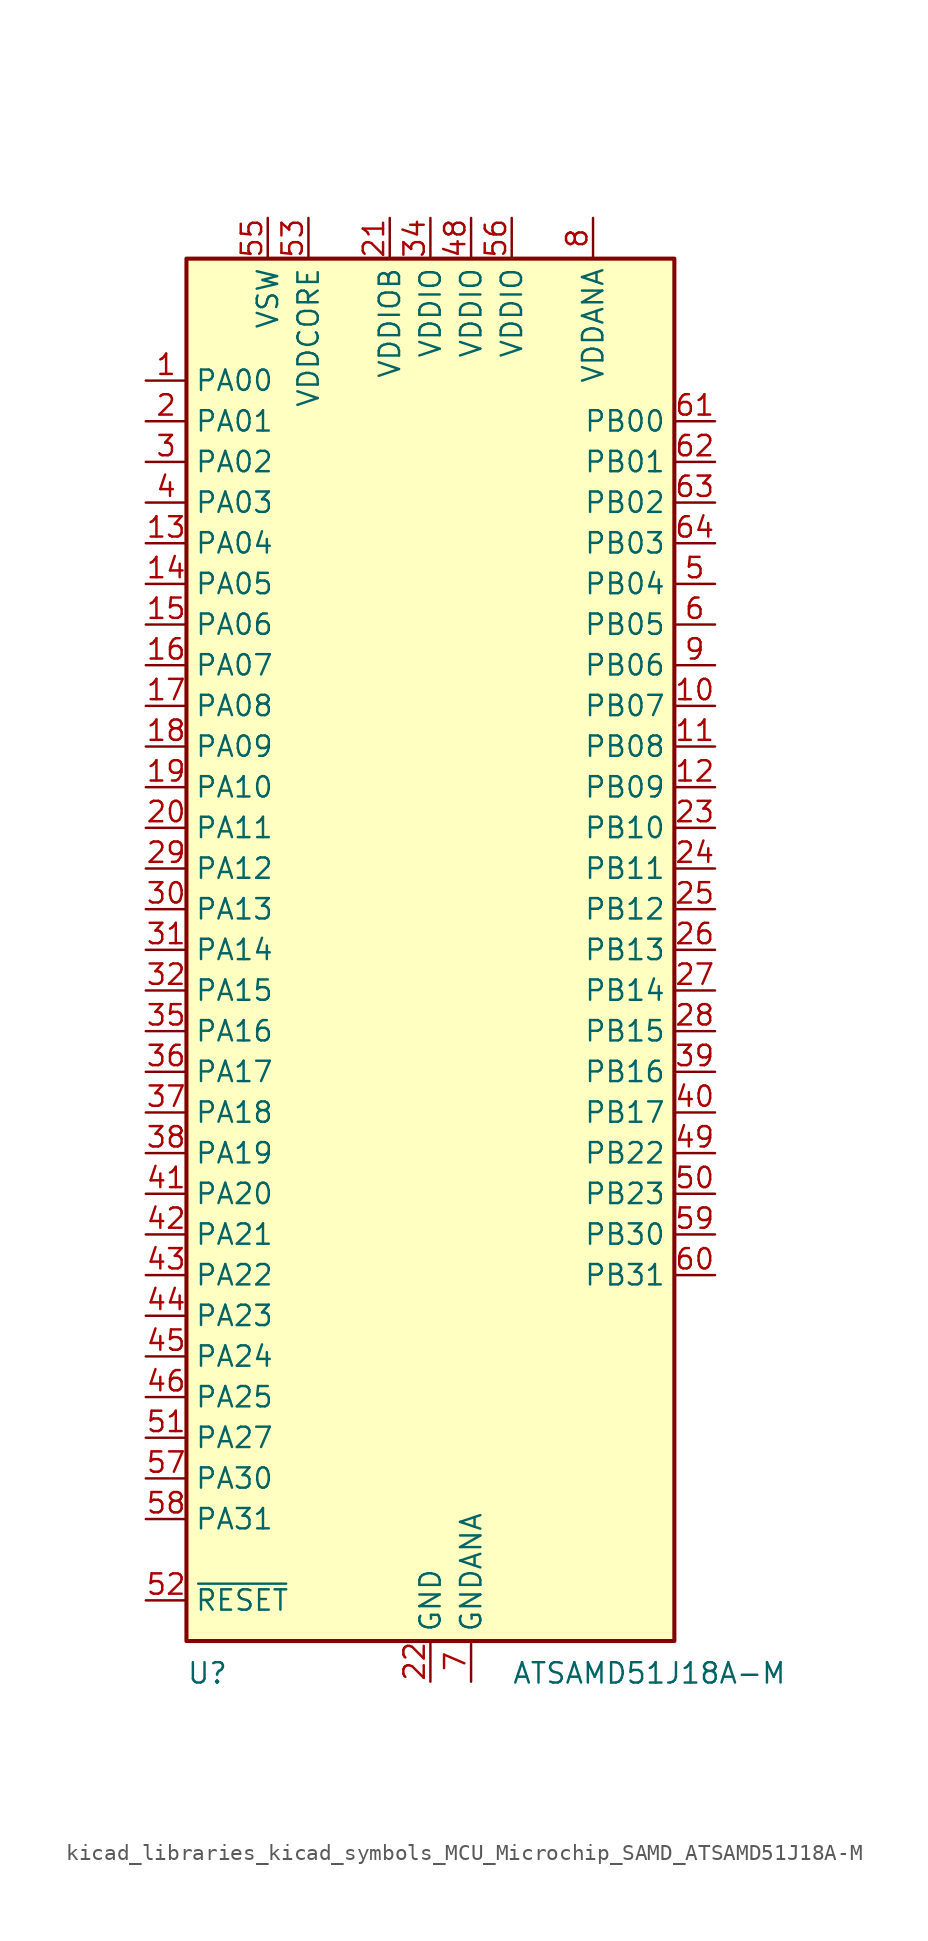
<source format=kicad_sym>
(kicad_symbol_lib
  (version 20220914)
  (generator kicad_symbol_editor)
  (symbol "kicad_libraries_kicad_symbols_MCU_Microchip_SAMD_ATSAMD51J18A-M"
    (property "Reference" "U"
      (at -15.24 -44.45 0)
      (effects (font (size 1.27 1.27)) (justify left top)))
    (property "Value" "ATSAMD51J18A-M"
      (at 5.08 -44.45 0)
      (effects (font (size 1.27 1.27)) (justify left top)))
    (symbol "kicad_libraries_kicad_symbols_MCU_Microchip_SAMD_ATSAMD51J18A-M_0_1"
      (rectangle (start -15.24 43.18) (end 15.24 -43.18) (stroke (width 0.254) (type default)) (fill (type background))))
    (symbol "kicad_libraries_kicad_symbols_MCU_Microchip_SAMD_ATSAMD51J18A-M_1_0"
      (pin bidirectional line (at 17.78 25.4 180) (length 2.54) (name "PB03" (effects (font (size 1.27 1.27)))) (number "64" (effects (font (size 1.27 1.27))))))
    (symbol "kicad_libraries_kicad_symbols_MCU_Microchip_SAMD_ATSAMD51J18A-M_1_1"
      (pin bidirectional line (at -17.78 35.56 0) (length 2.54) (name "PA00" (effects (font (size 1.27 1.27)))) (number "1" (effects (font (size 1.27 1.27)))))
      (pin bidirectional line (at 17.78 15.24 180) (length 2.54) (name "PB07" (effects (font (size 1.27 1.27)))) (number "10" (effects (font (size 1.27 1.27)))))
      (pin bidirectional line (at 17.78 12.7 180) (length 2.54) (name "PB08" (effects (font (size 1.27 1.27)))) (number "11" (effects (font (size 1.27 1.27)))))
      (pin bidirectional line (at 17.78 10.16 180) (length 2.54) (name "PB09" (effects (font (size 1.27 1.27)))) (number "12" (effects (font (size 1.27 1.27)))))
      (pin bidirectional line (at -17.78 25.4 0) (length 2.54) (name "PA04" (effects (font (size 1.27 1.27)))) (number "13" (effects (font (size 1.27 1.27)))))
      (pin bidirectional line (at -17.78 22.86 0) (length 2.54) (name "PA05" (effects (font (size 1.27 1.27)))) (number "14" (effects (font (size 1.27 1.27)))))
      (pin bidirectional line (at -17.78 20.32 0) (length 2.54) (name "PA06" (effects (font (size 1.27 1.27)))) (number "15" (effects (font (size 1.27 1.27)))))
      (pin bidirectional line (at -17.78 17.78 0) (length 2.54) (name "PA07" (effects (font (size 1.27 1.27)))) (number "16" (effects (font (size 1.27 1.27)))))
      (pin bidirectional line (at -17.78 15.24 0) (length 2.54) (name "PA08" (effects (font (size 1.27 1.27)))) (number "17" (effects (font (size 1.27 1.27)))))
      (pin bidirectional line (at -17.78 12.7 0) (length 2.54) (name "PA09" (effects (font (size 1.27 1.27)))) (number "18" (effects (font (size 1.27 1.27)))))
      (pin bidirectional line (at -17.78 10.16 0) (length 2.54) (name "PA10" (effects (font (size 1.27 1.27)))) (number "19" (effects (font (size 1.27 1.27)))))
      (pin bidirectional line (at -17.78 33.02 0) (length 2.54) (name "PA01" (effects (font (size 1.27 1.27)))) (number "2" (effects (font (size 1.27 1.27)))))
      (pin bidirectional line (at -17.78 7.62 0) (length 2.54) (name "PA11" (effects (font (size 1.27 1.27)))) (number "20" (effects (font (size 1.27 1.27)))))
      (pin power_in line (at -2.54 45.72 270) (length 2.54) (name "VDDIOB" (effects (font (size 1.27 1.27)))) (number "21" (effects (font (size 1.27 1.27)))))
      (pin power_in line (at 0 -45.72 90) (length 2.54) (name "GND" (effects (font (size 1.27 1.27)))) (number "22" (effects (font (size 1.27 1.27)))))
      (pin bidirectional line (at 17.78 7.62 180) (length 2.54) (name "PB10" (effects (font (size 1.27 1.27)))) (number "23" (effects (font (size 1.27 1.27)))))
      (pin bidirectional line (at 17.78 5.08 180) (length 2.54) (name "PB11" (effects (font (size 1.27 1.27)))) (number "24" (effects (font (size 1.27 1.27)))))
      (pin bidirectional line (at 17.78 2.54 180) (length 2.54) (name "PB12" (effects (font (size 1.27 1.27)))) (number "25" (effects (font (size 1.27 1.27)))))
      (pin bidirectional line (at 17.78 0 180) (length 2.54) (name "PB13" (effects (font (size 1.27 1.27)))) (number "26" (effects (font (size 1.27 1.27)))))
      (pin bidirectional line (at 17.78 -2.54 180) (length 2.54) (name "PB14" (effects (font (size 1.27 1.27)))) (number "27" (effects (font (size 1.27 1.27)))))
      (pin bidirectional line (at 17.78 -5.08 180) (length 2.54) (name "PB15" (effects (font (size 1.27 1.27)))) (number "28" (effects (font (size 1.27 1.27)))))
      (pin bidirectional line (at -17.78 5.08 0) (length 2.54) (name "PA12" (effects (font (size 1.27 1.27)))) (number "29" (effects (font (size 1.27 1.27)))))
      (pin bidirectional line (at -17.78 30.48 0) (length 2.54) (name "PA02" (effects (font (size 1.27 1.27)))) (number "3" (effects (font (size 1.27 1.27)))))
      (pin bidirectional line (at -17.78 2.54 0) (length 2.54) (name "PA13" (effects (font (size 1.27 1.27)))) (number "30" (effects (font (size 1.27 1.27)))))
      (pin bidirectional line (at -17.78 0 0) (length 2.54) (name "PA14" (effects (font (size 1.27 1.27)))) (number "31" (effects (font (size 1.27 1.27)))))
      (pin bidirectional line (at -17.78 -2.54 0) (length 2.54) (name "PA15" (effects (font (size 1.27 1.27)))) (number "32" (effects (font (size 1.27 1.27)))))
      (pin passive line (at 0 -45.72 90) (length 2.54) hide (name "GND" (effects (font (size 1.27 1.27)))) (number "33" (effects (font (size 1.27 1.27)))))
      (pin power_in line (at 0 45.72 270) (length 2.54) (name "VDDIO" (effects (font (size 1.27 1.27)))) (number "34" (effects (font (size 1.27 1.27)))))
      (pin bidirectional line (at -17.78 -5.08 0) (length 2.54) (name "PA16" (effects (font (size 1.27 1.27)))) (number "35" (effects (font (size 1.27 1.27)))))
      (pin bidirectional line (at -17.78 -7.62 0) (length 2.54) (name "PA17" (effects (font (size 1.27 1.27)))) (number "36" (effects (font (size 1.27 1.27)))))
      (pin bidirectional line (at -17.78 -10.16 0) (length 2.54) (name "PA18" (effects (font (size 1.27 1.27)))) (number "37" (effects (font (size 1.27 1.27)))))
      (pin bidirectional line (at -17.78 -12.7 0) (length 2.54) (name "PA19" (effects (font (size 1.27 1.27)))) (number "38" (effects (font (size 1.27 1.27)))))
      (pin bidirectional line (at 17.78 -7.62 180) (length 2.54) (name "PB16" (effects (font (size 1.27 1.27)))) (number "39" (effects (font (size 1.27 1.27)))))
      (pin bidirectional line (at -17.78 27.94 0) (length 2.54) (name "PA03" (effects (font (size 1.27 1.27)))) (number "4" (effects (font (size 1.27 1.27)))))
      (pin bidirectional line (at 17.78 -10.16 180) (length 2.54) (name "PB17" (effects (font (size 1.27 1.27)))) (number "40" (effects (font (size 1.27 1.27)))))
      (pin bidirectional line (at -17.78 -15.24 0) (length 2.54) (name "PA20" (effects (font (size 1.27 1.27)))) (number "41" (effects (font (size 1.27 1.27)))))
      (pin bidirectional line (at -17.78 -17.78 0) (length 2.54) (name "PA21" (effects (font (size 1.27 1.27)))) (number "42" (effects (font (size 1.27 1.27)))))
      (pin bidirectional line (at -17.78 -20.32 0) (length 2.54) (name "PA22" (effects (font (size 1.27 1.27)))) (number "43" (effects (font (size 1.27 1.27)))))
      (pin bidirectional line (at -17.78 -22.86 0) (length 2.54) (name "PA23" (effects (font (size 1.27 1.27)))) (number "44" (effects (font (size 1.27 1.27)))))
      (pin bidirectional line (at -17.78 -25.4 0) (length 2.54) (name "PA24" (effects (font (size 1.27 1.27)))) (number "45" (effects (font (size 1.27 1.27)))))
      (pin bidirectional line (at -17.78 -27.94 0) (length 2.54) (name "PA25" (effects (font (size 1.27 1.27)))) (number "46" (effects (font (size 1.27 1.27)))))
      (pin passive line (at 0 -45.72 90) (length 2.54) hide (name "GND" (effects (font (size 1.27 1.27)))) (number "47" (effects (font (size 1.27 1.27)))))
      (pin power_in line (at 2.54 45.72 270) (length 2.54) (name "VDDIO" (effects (font (size 1.27 1.27)))) (number "48" (effects (font (size 1.27 1.27)))))
      (pin bidirectional line (at 17.78 -12.7 180) (length 2.54) (name "PB22" (effects (font (size 1.27 1.27)))) (number "49" (effects (font (size 1.27 1.27)))))
      (pin bidirectional line (at 17.78 22.86 180) (length 2.54) (name "PB04" (effects (font (size 1.27 1.27)))) (number "5" (effects (font (size 1.27 1.27)))))
      (pin bidirectional line (at 17.78 -15.24 180) (length 2.54) (name "PB23" (effects (font (size 1.27 1.27)))) (number "50" (effects (font (size 1.27 1.27)))))
      (pin bidirectional line (at -17.78 -30.48 0) (length 2.54) (name "PA27" (effects (font (size 1.27 1.27)))) (number "51" (effects (font (size 1.27 1.27)))))
      (pin input line (at -17.78 -40.64 0) (length 2.54) (name "~{RESET}" (effects (font (size 1.27 1.27)))) (number "52" (effects (font (size 1.27 1.27)))))
      (pin power_out line (at -7.62 45.72 270) (length 2.54) (name "VDDCORE" (effects (font (size 1.27 1.27)))) (number "53" (effects (font (size 1.27 1.27)))))
      (pin passive line (at 0 -45.72 90) (length 2.54) hide (name "GND" (effects (font (size 1.27 1.27)))) (number "54" (effects (font (size 1.27 1.27)))))
      (pin power_in line (at -10.16 45.72 270) (length 2.54) (name "VSW" (effects (font (size 1.27 1.27)))) (number "55" (effects (font (size 1.27 1.27)))))
      (pin power_in line (at 5.08 45.72 270) (length 2.54) (name "VDDIO" (effects (font (size 1.27 1.27)))) (number "56" (effects (font (size 1.27 1.27)))))
      (pin bidirectional line (at -17.78 -33.02 0) (length 2.54) (name "PA30" (effects (font (size 1.27 1.27)))) (number "57" (effects (font (size 1.27 1.27)))))
      (pin bidirectional line (at -17.78 -35.56 0) (length 2.54) (name "PA31" (effects (font (size 1.27 1.27)))) (number "58" (effects (font (size 1.27 1.27)))))
      (pin bidirectional line (at 17.78 -17.78 180) (length 2.54) (name "PB30" (effects (font (size 1.27 1.27)))) (number "59" (effects (font (size 1.27 1.27)))))
      (pin bidirectional line (at 17.78 20.32 180) (length 2.54) (name "PB05" (effects (font (size 1.27 1.27)))) (number "6" (effects (font (size 1.27 1.27)))))
      (pin bidirectional line (at 17.78 -20.32 180) (length 2.54) (name "PB31" (effects (font (size 1.27 1.27)))) (number "60" (effects (font (size 1.27 1.27)))))
      (pin bidirectional line (at 17.78 33.02 180) (length 2.54) (name "PB00" (effects (font (size 1.27 1.27)))) (number "61" (effects (font (size 1.27 1.27)))))
      (pin bidirectional line (at 17.78 30.48 180) (length 2.54) (name "PB01" (effects (font (size 1.27 1.27)))) (number "62" (effects (font (size 1.27 1.27)))))
      (pin bidirectional line (at 17.78 27.94 180) (length 2.54) (name "PB02" (effects (font (size 1.27 1.27)))) (number "63" (effects (font (size 1.27 1.27)))))
      (pin passive line (at 0 -45.72 90) (length 2.54) hide (name "GND" (effects (font (size 1.27 1.27)))) (number "65" (effects (font (size 1.27 1.27)))))
      (pin power_in line (at 2.54 -45.72 90) (length 2.54) (name "GNDANA" (effects (font (size 1.27 1.27)))) (number "7" (effects (font (size 1.27 1.27)))))
      (pin power_in line (at 10.16 45.72 270) (length 2.54) (name "VDDANA" (effects (font (size 1.27 1.27)))) (number "8" (effects (font (size 1.27 1.27)))))
      (pin bidirectional line (at 17.78 17.78 180) (length 2.54) (name "PB06" (effects (font (size 1.27 1.27)))) (number "9" (effects (font (size 1.27 1.27))))))))
</source>
